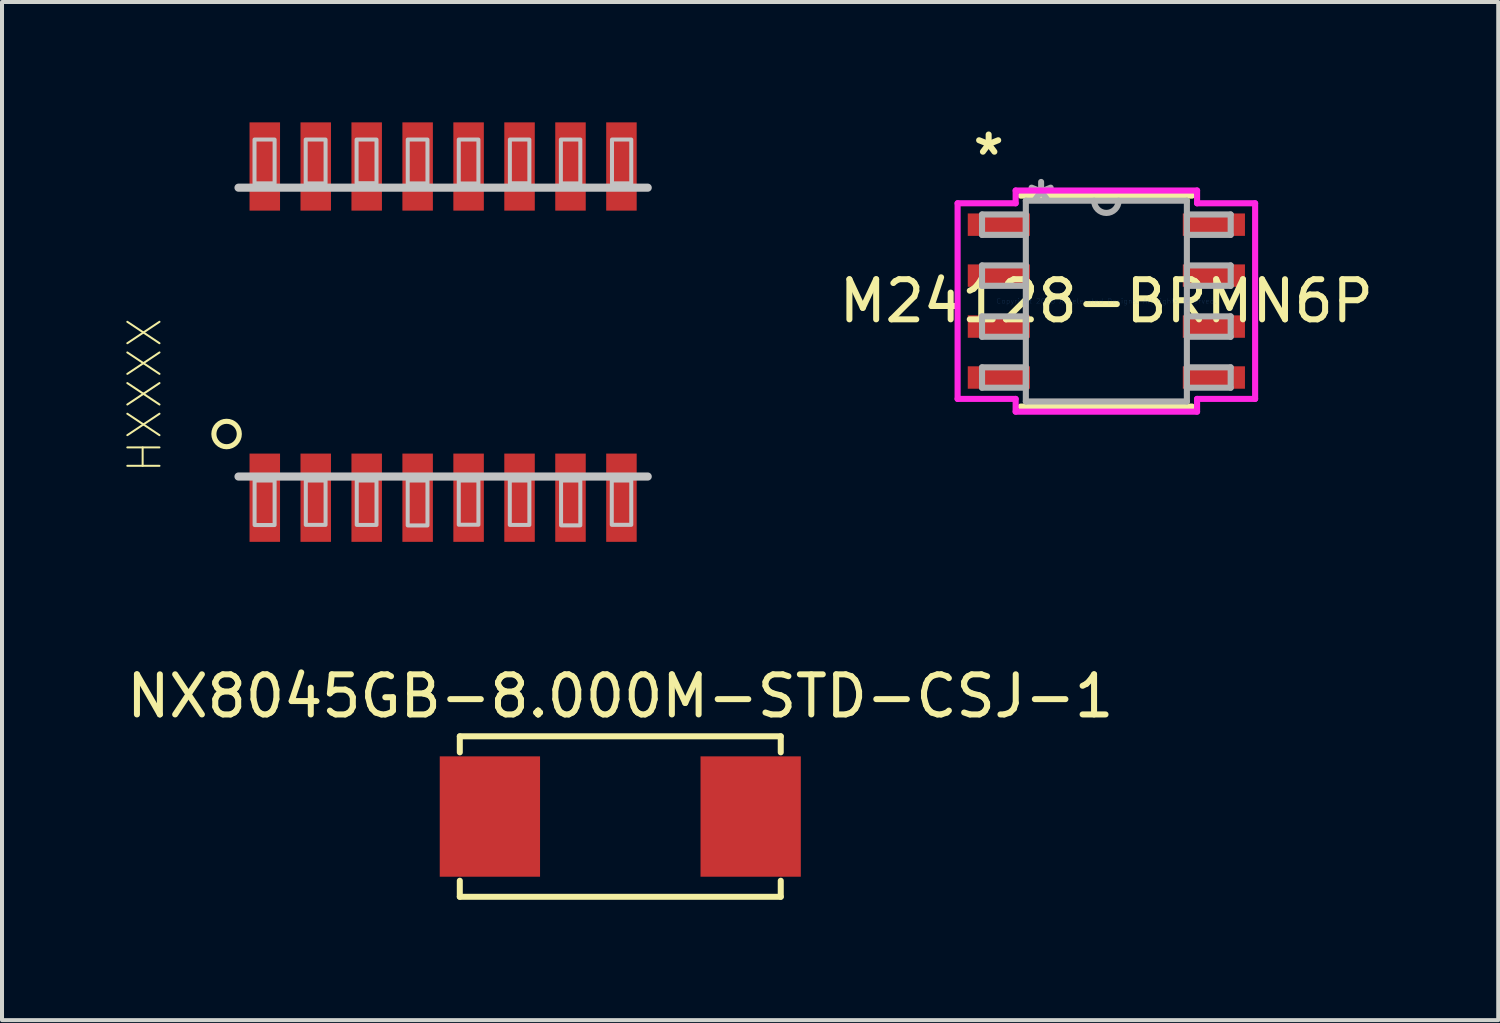
<source format=kicad_pcb>
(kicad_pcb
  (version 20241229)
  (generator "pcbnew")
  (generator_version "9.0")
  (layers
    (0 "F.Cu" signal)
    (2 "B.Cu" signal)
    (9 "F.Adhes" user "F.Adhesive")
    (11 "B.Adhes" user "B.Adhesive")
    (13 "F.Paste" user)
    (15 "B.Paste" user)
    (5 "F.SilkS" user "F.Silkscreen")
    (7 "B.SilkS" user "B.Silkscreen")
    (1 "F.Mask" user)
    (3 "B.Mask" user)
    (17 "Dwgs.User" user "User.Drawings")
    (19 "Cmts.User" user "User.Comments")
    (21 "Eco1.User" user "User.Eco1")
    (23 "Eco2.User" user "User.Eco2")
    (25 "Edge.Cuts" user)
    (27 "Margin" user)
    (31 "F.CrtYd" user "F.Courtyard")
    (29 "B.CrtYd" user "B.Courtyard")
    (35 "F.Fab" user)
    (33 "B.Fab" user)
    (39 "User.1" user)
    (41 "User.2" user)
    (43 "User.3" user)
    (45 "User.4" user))
  (footprint "NX8045GB-8.000M-STD-CSJ-1"
    (layer "F.Cu")
    (at 12.411 17.303)
    (property "Reference" "NX8045GB-8.000M-STD-CSJ-1" (at 0 -3 0) (layer "F.SilkS") (effects (font (size 1 1) (thickness 0.15))))
    (attr through_hole)
    (fp_line (start -4 -2) (end -4 -1.6) (stroke (width 0.15) (type solid)) (layer "F.SilkS"))
    (fp_line (start -4 -2) (end 4 -2) (stroke (width 0.15) (type solid)) (layer "F.SilkS"))
    (fp_line (start -4 2) (end -4 1.6) (stroke (width 0.15) (type solid)) (layer "F.SilkS"))
    (fp_line (start -4 2) (end 4 2) (stroke (width 0.15) (type solid)) (layer "F.SilkS"))
    (fp_line (start 4 -2) (end 4 -1.6) (stroke (width 0.15) (type solid)) (layer "F.SilkS"))
    (fp_line (start 4 2) (end 4 1.6) (stroke (width 0.15) (type solid)) (layer "F.SilkS"))
    (pad "1" smd rect (at -3.25 0) (size 2.5 3) (layers "F.Cu" "F.Mask" "F.Paste"))
    (pad "2" smd rect (at 3.25 0) (size 2.5 3) (layers "F.Cu" "F.Mask" "F.Paste")))
  (footprint "HXXXX"
    (layer "F.Cu")
    (at 7.995 5.228)
    (property "Reference" "HXXXX" (at -7.438 1.576 90) (layer "F.SilkS") (effects (font (size 0.802 0.802) (thickness 0.05))))
    (attr smd)
    (fp_circle (center -5.397 2.54) (end -5.08 2.54) (stroke (width 0.127) (type solid)) (fill no) (layer "F.SilkS"))
    (fp_line (start -5.1 -3.6) (end 5.1 -3.6) (stroke (width 0.203) (type solid)) (layer "Dwgs.User"))
    (fp_line (start 5.1 3.6) (end -5.1 3.6) (stroke (width 0.203) (type solid)) (layer "Dwgs.User"))
    (fp_poly (pts (xy -4.701 -4.8) (xy -4.2 -4.8) (xy -4.2 -3.708) (xy -4.701 -3.708)) (stroke (width 0.1) (type solid)) (fill no) (layer "Dwgs.User"))
    (fp_poly (pts (xy -4.699 3.7) (xy -4.2 3.7) (xy -4.2 4.809) (xy -4.699 4.809)) (stroke (width 0.1) (type solid)) (fill no) (layer "Dwgs.User"))
    (fp_poly (pts (xy -3.426 -4.8) (xy -2.93 -4.8) (xy -2.93 -3.706) (xy -3.426 -3.706)) (stroke (width 0.1) (type solid)) (fill no) (layer "Dwgs.User"))
    (fp_poly (pts (xy -3.423 3.7) (xy -2.93 3.7) (xy -2.93 4.805) (xy -3.423 4.805)) (stroke (width 0.1) (type solid)) (fill no) (layer "Dwgs.User"))
    (fp_poly (pts (xy -2.157 -4.8) (xy -1.66 -4.8) (xy -1.66 -3.712) (xy -2.157 -3.712)) (stroke (width 0.1) (type solid)) (fill no) (layer "Dwgs.User"))
    (fp_poly (pts (xy -2.153 3.7) (xy -1.66 3.7) (xy -1.66 4.806) (xy -2.153 4.806)) (stroke (width 0.1) (type solid)) (fill no) (layer "Dwgs.User"))
    (fp_poly (pts (xy -0.883 3.7) (xy -0.39 3.7) (xy -0.39 4.819) (xy -0.883 4.819)) (stroke (width 0.1) (type solid)) (fill no) (layer "Dwgs.User"))
    (fp_poly (pts (xy -0.882 -4.8) (xy -0.39 -4.8) (xy -0.39 -3.706) (xy -0.882 -3.706)) (stroke (width 0.1) (type solid)) (fill no) (layer "Dwgs.User"))
    (fp_poly (pts (xy 0.39 3.7) (xy 0.88 3.7) (xy 0.88 4.802) (xy 0.39 4.802)) (stroke (width 0.1) (type solid)) (fill no) (layer "Dwgs.User"))
    (fp_poly (pts (xy 0.39 -4.8) (xy 0.88 -4.8) (xy 0.88 -3.704) (xy 0.39 -3.704)) (stroke (width 0.1) (type solid)) (fill no) (layer "Dwgs.User"))
    (fp_poly (pts (xy 1.662 3.7) (xy 2.15 3.7) (xy 2.15 4.806) (xy 1.662 4.806)) (stroke (width 0.1) (type solid)) (fill no) (layer "Dwgs.User"))
    (fp_poly (pts (xy 1.664 -4.8) (xy 2.15 -4.8) (xy 2.15 -3.71) (xy 1.664 -3.71)) (stroke (width 0.1) (type solid)) (fill no) (layer "Dwgs.User"))
    (fp_poly (pts (xy 2.935 -4.8) (xy 3.42 -4.8) (xy 3.42 -3.707) (xy 2.935 -3.707)) (stroke (width 0.1) (type solid)) (fill no) (layer "Dwgs.User"))
    (fp_poly (pts (xy 2.94 3.7) (xy 3.42 3.7) (xy 3.42 4.817) (xy 2.94 4.817)) (stroke (width 0.1) (type solid)) (fill no) (layer "Dwgs.User"))
    (fp_poly (pts (xy 4.204 3.7) (xy 4.69 3.7) (xy 4.69 4.804) (xy 4.204 4.804)) (stroke (width 0.1) (type solid)) (fill no) (layer "Dwgs.User"))
    (fp_poly (pts (xy 4.209 -4.8) (xy 4.69 -4.8) (xy 4.69 -3.708) (xy 4.209 -3.708)) (stroke (width 0.1) (type solid)) (fill no) (layer "Dwgs.User"))
    (fp_line (start -6.665 -3.9) (end 6.665 -3.9) (stroke (width 0.2) (type solid)) (layer "Eco1.User"))
    (fp_line (start -6.665 3.9) (end -6.665 -3.9) (stroke (width 0.2) (type solid)) (layer "Eco1.User"))
    (fp_line (start 6.665 -3.9) (end 6.665 3.9) (stroke (width 0.2) (type solid)) (layer "Eco1.User"))
    (fp_line (start 6.665 3.9) (end -6.665 3.9) (stroke (width 0.2) (type solid)) (layer "Eco1.User"))
    (pad "1" smd rect (at -4.445 4.128) (size 0.76 2.2) (layers "F.Cu" "F.Mask" "F.Paste"))
    (pad "2" smd rect (at -3.175 4.128) (size 0.76 2.2) (layers "F.Cu" "F.Mask" "F.Paste"))
    (pad "3" smd rect (at -1.905 4.128) (size 0.76 2.2) (layers "F.Cu" "F.Mask" "F.Paste"))
    (pad "4" smd rect (at -0.635 4.128) (size 0.76 2.2) (layers "F.Cu" "F.Mask" "F.Paste"))
    (pad "5" smd rect (at 0.635 4.128) (size 0.76 2.2) (layers "F.Cu" "F.Mask" "F.Paste"))
    (pad "6" smd rect (at 1.905 4.128) (size 0.76 2.2) (layers "F.Cu" "F.Mask" "F.Paste"))
    (pad "7" smd rect (at 3.175 4.128) (size 0.76 2.2) (layers "F.Cu" "F.Mask" "F.Paste"))
    (pad "8" smd rect (at 4.445 4.128) (size 0.76 2.2) (layers "F.Cu" "F.Mask" "F.Paste"))
    (pad "9" smd rect (at 4.445 -4.128) (size 0.76 2.2) (layers "F.Cu" "F.Mask" "F.Paste"))
    (pad "10" smd rect (at 3.175 -4.128) (size 0.76 2.2) (layers "F.Cu" "F.Mask" "F.Paste"))
    (pad "11" smd rect (at 1.905 -4.128) (size 0.76 2.2) (layers "F.Cu" "F.Mask" "F.Paste"))
    (pad "12" smd rect (at 0.635 -4.128) (size 0.76 2.2) (layers "F.Cu" "F.Mask" "F.Paste"))
    (pad "13" smd rect (at -0.635 -4.128) (size 0.76 2.2) (layers "F.Cu" "F.Mask" "F.Paste"))
    (pad "14" smd rect (at -1.905 -4.128) (size 0.76 2.2) (layers "F.Cu" "F.Mask" "F.Paste"))
    (pad "15" smd rect (at -3.175 -4.128) (size 0.76 2.2) (layers "F.Cu" "F.Mask" "F.Paste"))
    (pad "16" smd rect (at -4.445 -4.128) (size 0.76 2.2) (layers "F.Cu" "F.Mask" "F.Paste")))
  (footprint "M24128-BRMN6P"
    (layer "F.Cu")
    (at 24.527 4.455)
    (property "Reference" "M24128-BRMN6P" (at 0 0 0) (layer "F.SilkS") (effects (font (size 1 1) (thickness 0.15))))
    (attr through_hole)
    (fp_line (start -2.134 2.629) (end 2.134 2.629) (stroke (width 0.152) (type solid)) (layer "F.SilkS"))
    (fp_line (start 2.134 -2.629) (end -2.134 -2.629) (stroke (width 0.152) (type solid)) (layer "F.SilkS"))
    (fp_line (start -3.708 -2.438) (end -2.261 -2.438) (stroke (width 0.152) (type solid)) (layer "F.CrtYd"))
    (fp_line (start -3.708 2.438) (end -3.708 -2.438) (stroke (width 0.152) (type solid)) (layer "F.CrtYd"))
    (fp_line (start -2.261 -2.756) (end 2.261 -2.756) (stroke (width 0.152) (type solid)) (layer "F.CrtYd"))
    (fp_line (start -2.261 -2.438) (end -2.261 -2.756) (stroke (width 0.152) (type solid)) (layer "F.CrtYd"))
    (fp_line (start -2.261 2.438) (end -3.708 2.438) (stroke (width 0.152) (type solid)) (layer "F.CrtYd"))
    (fp_line (start -2.261 2.756) (end -2.261 2.438) (stroke (width 0.152) (type solid)) (layer "F.CrtYd"))
    (fp_line (start 2.261 -2.756) (end 2.261 -2.438) (stroke (width 0.152) (type solid)) (layer "F.CrtYd"))
    (fp_line (start 2.261 -2.438) (end 3.708 -2.438) (stroke (width 0.152) (type solid)) (layer "F.CrtYd"))
    (fp_line (start 2.261 2.438) (end 2.261 2.756) (stroke (width 0.152) (type solid)) (layer "F.CrtYd"))
    (fp_line (start 2.261 2.756) (end -2.261 2.756) (stroke (width 0.152) (type solid)) (layer "F.CrtYd"))
    (fp_line (start 3.708 -2.438) (end 3.708 2.438) (stroke (width 0.152) (type solid)) (layer "F.CrtYd"))
    (fp_line (start 3.708 2.438) (end 2.261 2.438) (stroke (width 0.152) (type solid)) (layer "F.CrtYd"))
    (fp_line (start -3.099 -2.159) (end -3.099 -1.651) (stroke (width 0.152) (type solid)) (layer "F.Fab"))
    (fp_line (start -3.099 -1.651) (end -2.007 -1.651) (stroke (width 0.152) (type solid)) (layer "F.Fab"))
    (fp_line (start -3.099 -0.889) (end -3.099 -0.381) (stroke (width 0.152) (type solid)) (layer "F.Fab"))
    (fp_line (start -3.099 -0.381) (end -2.007 -0.381) (stroke (width 0.152) (type solid)) (layer "F.Fab"))
    (fp_line (start -3.099 0.381) (end -3.099 0.889) (stroke (width 0.152) (type solid)) (layer "F.Fab"))
    (fp_line (start -3.099 0.889) (end -2.007 0.889) (stroke (width 0.152) (type solid)) (layer "F.Fab"))
    (fp_line (start -3.099 1.651) (end -3.099 2.159) (stroke (width 0.152) (type solid)) (layer "F.Fab"))
    (fp_line (start -3.099 2.159) (end -2.007 2.159) (stroke (width 0.152) (type solid)) (layer "F.Fab"))
    (fp_line (start -2.007 -2.502) (end -2.007 2.502) (stroke (width 0.152) (type solid)) (layer "F.Fab"))
    (fp_line (start -2.007 -2.159) (end -3.099 -2.159) (stroke (width 0.152) (type solid)) (layer "F.Fab"))
    (fp_line (start -2.007 -1.651) (end -2.007 -2.159) (stroke (width 0.152) (type solid)) (layer "F.Fab"))
    (fp_line (start -2.007 -0.889) (end -3.099 -0.889) (stroke (width 0.152) (type solid)) (layer "F.Fab"))
    (fp_line (start -2.007 -0.381) (end -2.007 -0.889) (stroke (width 0.152) (type solid)) (layer "F.Fab"))
    (fp_line (start -2.007 0.381) (end -3.099 0.381) (stroke (width 0.152) (type solid)) (layer "F.Fab"))
    (fp_line (start -2.007 0.889) (end -2.007 0.381) (stroke (width 0.152) (type solid)) (layer "F.Fab"))
    (fp_line (start -2.007 1.651) (end -3.099 1.651) (stroke (width 0.152) (type solid)) (layer "F.Fab"))
    (fp_line (start -2.007 2.159) (end -2.007 1.651) (stroke (width 0.152) (type solid)) (layer "F.Fab"))
    (fp_line (start -2.007 2.502) (end 2.007 2.502) (stroke (width 0.152) (type solid)) (layer "F.Fab"))
    (fp_line (start 2.007 -2.502) (end -2.007 -2.502) (stroke (width 0.152) (type solid)) (layer "F.Fab"))
    (fp_line (start 2.007 -2.159) (end 2.007 -1.651) (stroke (width 0.152) (type solid)) (layer "F.Fab"))
    (fp_line (start 2.007 -1.651) (end 3.099 -1.651) (stroke (width 0.152) (type solid)) (layer "F.Fab"))
    (fp_line (start 2.007 -0.889) (end 2.007 -0.381) (stroke (width 0.152) (type solid)) (layer "F.Fab"))
    (fp_line (start 2.007 -0.381) (end 3.099 -0.381) (stroke (width 0.152) (type solid)) (layer "F.Fab"))
    (fp_line (start 2.007 0.381) (end 2.007 0.889) (stroke (width 0.152) (type solid)) (layer "F.Fab"))
    (fp_line (start 2.007 0.889) (end 3.099 0.889) (stroke (width 0.152) (type solid)) (layer "F.Fab"))
    (fp_line (start 2.007 1.651) (end 2.007 2.159) (stroke (width 0.152) (type solid)) (layer "F.Fab"))
    (fp_line (start 2.007 2.159) (end 3.099 2.159) (stroke (width 0.152) (type solid)) (layer "F.Fab"))
    (fp_line (start 2.007 2.502) (end 2.007 -2.502) (stroke (width 0.152) (type solid)) (layer "F.Fab"))
    (fp_line (start 3.099 -2.159) (end 2.007 -2.159) (stroke (width 0.152) (type solid)) (layer "F.Fab"))
    (fp_line (start 3.099 -1.651) (end 3.099 -2.159) (stroke (width 0.152) (type solid)) (layer "F.Fab"))
    (fp_line (start 3.099 -0.889) (end 2.007 -0.889) (stroke (width 0.152) (type solid)) (layer "F.Fab"))
    (fp_line (start 3.099 -0.381) (end 3.099 -0.889) (stroke (width 0.152) (type solid)) (layer "F.Fab"))
    (fp_line (start 3.099 0.381) (end 2.007 0.381) (stroke (width 0.152) (type solid)) (layer "F.Fab"))
    (fp_line (start 3.099 0.889) (end 3.099 0.381) (stroke (width 0.152) (type solid)) (layer "F.Fab"))
    (fp_line (start 3.099 1.651) (end 2.007 1.651) (stroke (width 0.152) (type solid)) (layer "F.Fab"))
    (fp_line (start 3.099 2.159) (end 3.099 1.651) (stroke (width 0.152) (type solid)) (layer "F.Fab"))
    (fp_arc (start 0.3048 -2.5019) (mid 0 -2.1971) (end -0.3048 -2.5019) (stroke (width 0.1524) (type solid)) (layer "F.Fab"))
    (fp_text user "*" (at -2.934 -3.607 0) (layer "F.SilkS") (effects (font (size 1 1) (thickness 0.15))))
    (fp_text user "Copyright 2016 Accelerated Designs. All rights reserved." (at 0 0 0) (layer "Cmts.User") (effects (font (size 0.127 0.127) (thickness 0.002))))
    (fp_text user "*" (at -1.626 -2.426 0) (layer "F.Fab") (effects (font (size 1 1) (thickness 0.15))))
    (pad "1" smd rect (at -2.68 -1.905) (size 1.549 0.559) (layers "F.Cu" "F.Mask" "F.Paste"))
    (pad "2" smd rect (at -2.68 -0.635) (size 1.549 0.559) (layers "F.Cu" "F.Mask" "F.Paste"))
    (pad "3" smd rect (at -2.68 0.635) (size 1.549 0.559) (layers "F.Cu" "F.Mask" "F.Paste"))
    (pad "4" smd rect (at -2.68 1.905) (size 1.549 0.559) (layers "F.Cu" "F.Mask" "F.Paste"))
    (pad "5" smd rect (at 2.68 1.905) (size 1.549 0.559) (layers "F.Cu" "F.Mask" "F.Paste"))
    (pad "6" smd rect (at 2.68 0.635) (size 1.549 0.559) (layers "F.Cu" "F.Mask" "F.Paste"))
    (pad "7" smd rect (at 2.68 -0.635) (size 1.549 0.559) (layers "F.Cu" "F.Mask" "F.Paste"))
    (pad "8" smd rect (at 2.68 -1.905) (size 1.549 0.559) (layers "F.Cu" "F.Mask" "F.Paste")))
  (gr_rect
    (start -3 -3)
    (end 34.295 22.378)
    (stroke (width 0.1) (type default))
    (fill no)
    (layer "Edge.Cuts")))
</source>
